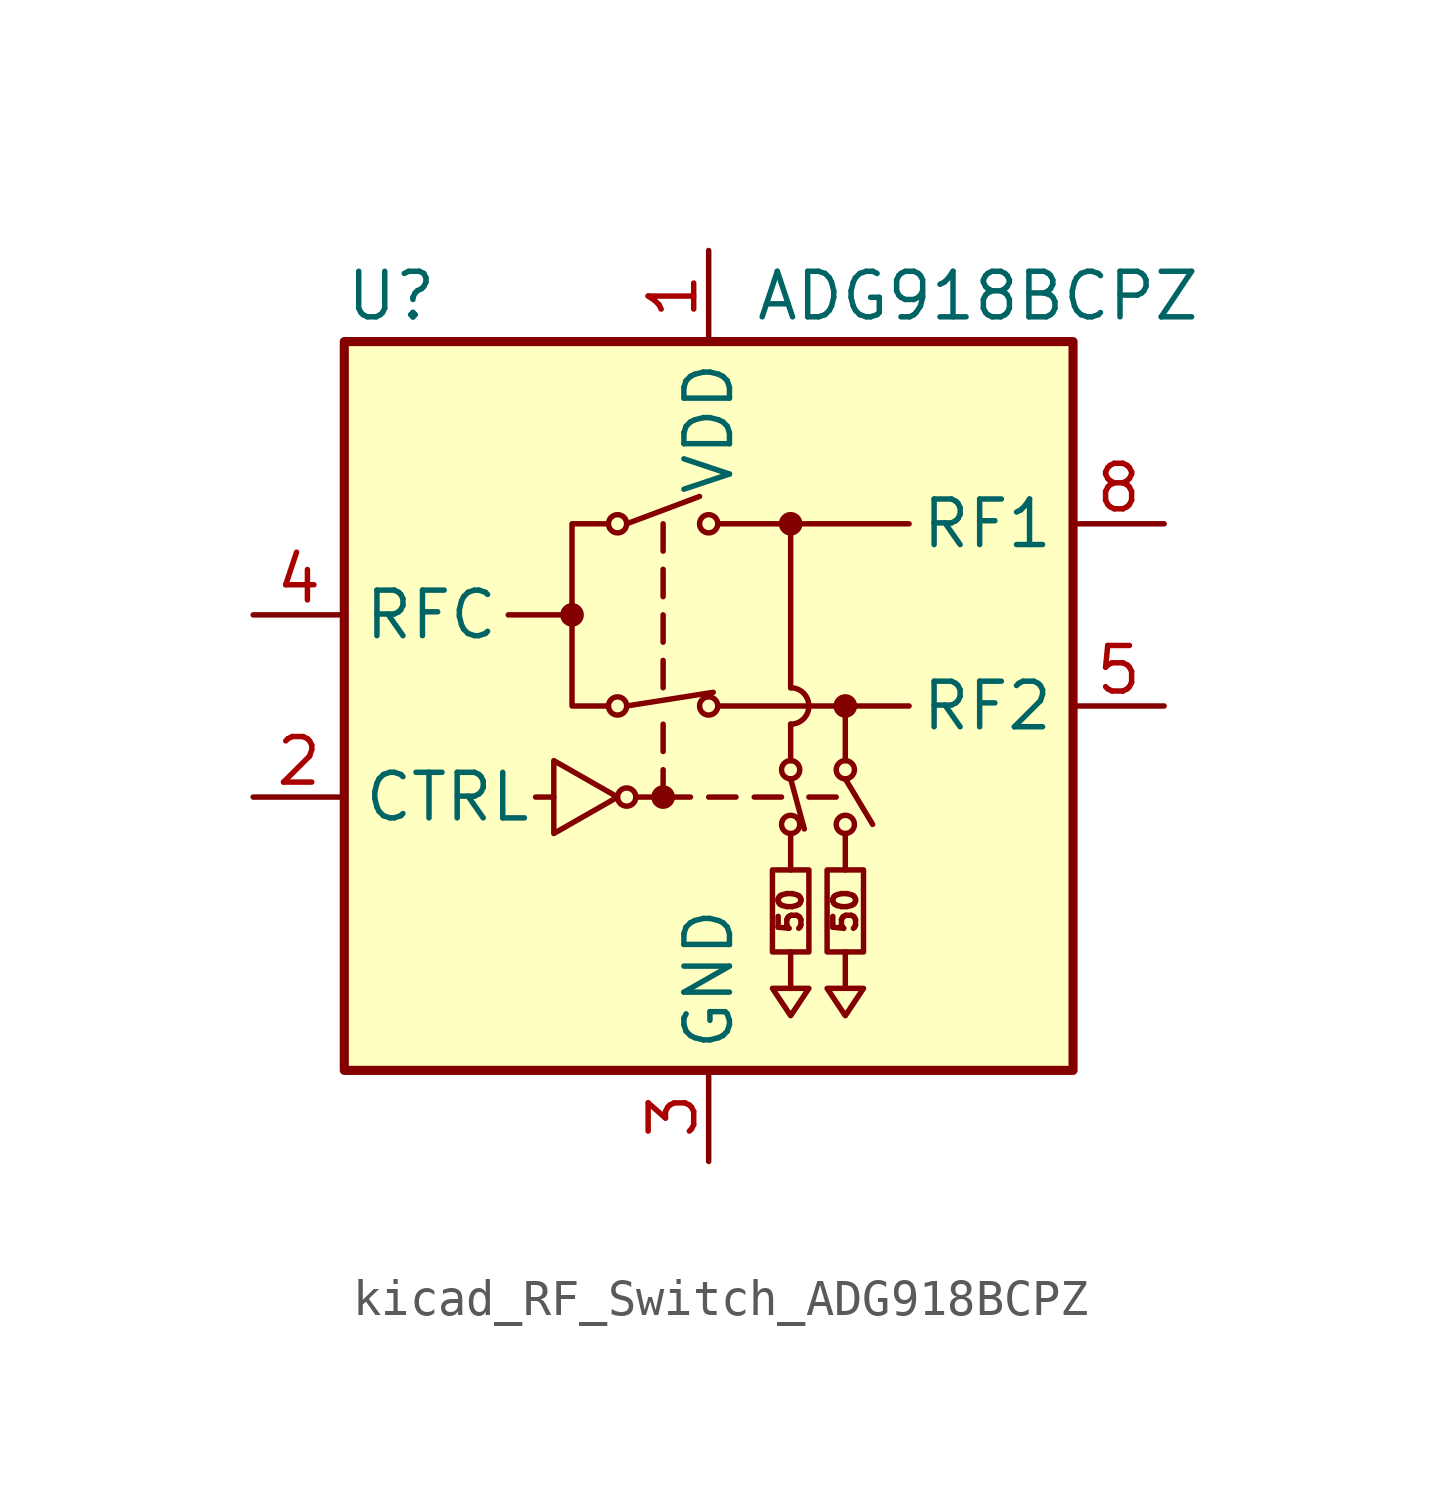
<source format=kicad_sym>
(kicad_symbol_lib
  (version 20220914)
  (generator kicad_symbol_editor)
  (symbol "kicad_RF_Switch_ADG918BCPZ"
    (property "Reference" "U"
      (at -10.16 11.43 0)
      (effects (font (size 1.27 1.27)) (justify left)))
    (property "Value" "ADG918BCPZ"
      (at 1.27 11.43 0)
      (effects (font (size 1.27 1.27)) (justify left)))
    (symbol "kicad_RF_Switch_ADG918BCPZ_0_0"
      (rectangle (start -10.16 10.16) (end 10.16 -10.16) (stroke (width 0.254) (type default)) (fill (type background)))
      (circle (center -3.81 2.54) (radius 0.254) (stroke (width 0) (type default)) (fill (type outline)))
      (circle (center -2.286 -2.54) (radius 0.254) (stroke (width 0) (type default)) (fill (type none)))
      (circle (center -1.27 -2.54) (radius 0.254) (stroke (width 0) (type default)) (fill (type outline)))
      (polyline (pts (xy -4.318 -2.54) (xy -4.826 -2.54)) (stroke (width 0) (type default)) (fill (type none)))
      (polyline (pts (xy -3.81 2.54) (xy -5.588 2.54)) (stroke (width 0) (type default)) (fill (type none)))
      (polyline (pts (xy -1.27 -2.54) (xy -1.27 -1.778)) (stroke (width 0) (type default)) (fill (type none)))
      (polyline (pts (xy -1.27 -1.27) (xy -1.27 -0.508)) (stroke (width 0) (type default)) (fill (type none)))
      (polyline (pts (xy -1.27 1.27) (xy -1.27 0.508)) (stroke (width 0) (type default)) (fill (type none)))
      (polyline (pts (xy -1.27 2.54) (xy -1.27 1.778)) (stroke (width 0) (type default)) (fill (type none)))
      (polyline (pts (xy -1.27 3.81) (xy -1.27 3.048)) (stroke (width 0) (type default)) (fill (type none)))
      (polyline (pts (xy -1.27 5.08) (xy -1.27 4.318)) (stroke (width 0) (type default)) (fill (type none)))
      (polyline (pts (xy -0.508 -2.54) (xy -2.032 -2.54)) (stroke (width 0) (type default)) (fill (type none)))
      (polyline (pts (xy 0 -2.54) (xy 0.762 -2.54)) (stroke (width 0) (type default)) (fill (type none)))
      (polyline (pts (xy 0.254 0) (xy 5.588 0)) (stroke (width 0) (type default)) (fill (type none)))
      (polyline (pts (xy 0.254 5.08) (xy 5.588 5.08)) (stroke (width 0) (type default)) (fill (type none)))
      (polyline (pts (xy 2.032 -2.54) (xy 1.27 -2.54)) (stroke (width 0) (type default)) (fill (type none)))
      (polyline (pts (xy 2.286 0.508) (xy 2.286 5.08)) (stroke (width 0) (type default)) (fill (type none)))
      (polyline (pts (xy 3.556 -2.54) (xy 2.794 -2.54)) (stroke (width 0) (type default)) (fill (type none)))
      (polyline (pts (xy -4.318 -1.524) (xy -4.318 -3.556) (xy -2.54 -2.54) (xy -4.318 -1.524)) (stroke (width 0) (type default)) (fill (type none)))
      (polyline (pts (xy -2.794 0) (xy -3.81 0) (xy -3.81 5.08) (xy -2.794 5.08)) (stroke (width 0) (type default)) (fill (type none)))
      (arc (start 2.286 -0.508) (mid 2.7918 0) (end 2.286 0.508) (stroke (width 0) (type default)) (fill (type none)))
      (text "50" (at 2.286 -5.715 900) (effects (font (size 0.635 0.635))))
      (text "50" (at 3.81 -5.715 900) (effects (font (size 0.635 0.635)))))
    (symbol "kicad_RF_Switch_ADG918BCPZ_0_1"
      (circle (center -2.54 0) (radius 0.254) (stroke (width 0) (type default)) (fill (type none)))
      (circle (center -2.54 5.08) (radius 0.254) (stroke (width 0) (type default)) (fill (type none)))
      (polyline (pts (xy -2.286 0) (xy 0.127 0.381)) (stroke (width 0) (type default)) (fill (type none)))
      (polyline (pts (xy -2.286 5.08) (xy -0.254 5.842)) (stroke (width 0) (type default)) (fill (type none)))
      (polyline (pts (xy 2.286 -3.556) (xy 2.286 -4.572)) (stroke (width 0) (type default)) (fill (type none)))
      (polyline (pts (xy 2.286 -2.032) (xy 2.667 -3.429)) (stroke (width 0) (type default)) (fill (type none)))
      (polyline (pts (xy 2.286 -0.508) (xy 2.286 -1.524)) (stroke (width 0) (type default)) (fill (type none)))
      (polyline (pts (xy 3.81 -3.556) (xy 3.81 -4.572)) (stroke (width 0) (type default)) (fill (type none)))
      (polyline (pts (xy 3.81 -2.032) (xy 4.572 -3.302)) (stroke (width 0) (type default)) (fill (type none)))
      (polyline (pts (xy 3.81 0) (xy 3.81 -1.524)) (stroke (width 0) (type default)) (fill (type none)))
      (polyline (pts (xy 2.286 -6.858) (xy 2.286 -7.874) (xy 1.778 -7.874) (xy 2.286 -8.636) (xy 2.794 -7.874) (xy 2.286 -7.874)) (stroke (width 0) (type default)) (fill (type none)))
      (polyline (pts (xy 3.81 -6.858) (xy 3.81 -7.874) (xy 3.302 -7.874) (xy 3.81 -8.636) (xy 4.318 -7.874) (xy 3.81 -7.874)) (stroke (width 0) (type default)) (fill (type none)))
      (circle (center 0 0) (radius 0.254) (stroke (width 0) (type default)) (fill (type none)))
      (circle (center 0 5.08) (radius 0.254) (stroke (width 0) (type default)) (fill (type none)))
      (rectangle (start 1.778 -4.572) (end 2.794 -6.858) (stroke (width 0) (type default)) (fill (type none)))
      (circle (center 2.286 -3.302) (radius 0.254) (stroke (width 0) (type default)) (fill (type none)))
      (circle (center 2.286 -1.778) (radius 0.254) (stroke (width 0) (type default)) (fill (type none)))
      (circle (center 2.286 5.08) (radius 0.254) (stroke (width 0) (type default)) (fill (type outline)))
      (rectangle (start 3.302 -4.572) (end 4.318 -6.858) (stroke (width 0) (type default)) (fill (type none)))
      (circle (center 3.81 -3.302) (radius 0.254) (stroke (width 0) (type default)) (fill (type none)))
      (circle (center 3.81 -1.778) (radius 0.254) (stroke (width 0) (type default)) (fill (type none)))
      (circle (center 3.81 0) (radius 0.254) (stroke (width 0) (type default)) (fill (type outline))))
    (symbol "kicad_RF_Switch_ADG918BCPZ_1_1"
      (pin power_in line (at 0 12.7 270) (length 2.54) (name "VDD" (effects (font (size 1.27 1.27)))) (number "1" (effects (font (size 1.27 1.27)))))
      (pin input line (at -12.7 -2.54 0) (length 2.54) (name "CTRL" (effects (font (size 1.27 1.27)))) (number "2" (effects (font (size 1.27 1.27)))))
      (pin power_in line (at 0 -12.7 90) (length 2.54) (name "GND" (effects (font (size 1.27 1.27)))) (number "3" (effects (font (size 1.27 1.27)))))
      (pin passive line (at -12.7 2.54 0) (length 2.54) (name "RFC" (effects (font (size 1.27 1.27)))) (number "4" (effects (font (size 1.27 1.27)))))
      (pin passive line (at 12.7 0 180) (length 2.54) (name "RF2" (effects (font (size 1.27 1.27)))) (number "5" (effects (font (size 1.27 1.27)))))
      (pin passive line (at 0 -12.7 90) (length 2.54) hide (name "GND" (effects (font (size 1.27 1.27)))) (number "6" (effects (font (size 1.27 1.27)))))
      (pin passive line (at 0 -12.7 90) (length 2.54) hide (name "GND" (effects (font (size 1.27 1.27)))) (number "7" (effects (font (size 1.27 1.27)))))
      (pin passive line (at 12.7 5.08 180) (length 2.54) (name "RF1" (effects (font (size 1.27 1.27)))) (number "8" (effects (font (size 1.27 1.27)))))
      (pin passive line (at 0 -12.7 90) (length 2.54) hide (name "GND" (effects (font (size 1.27 1.27)))) (number "9" (effects (font (size 1.27 1.27))))))))
</source>
